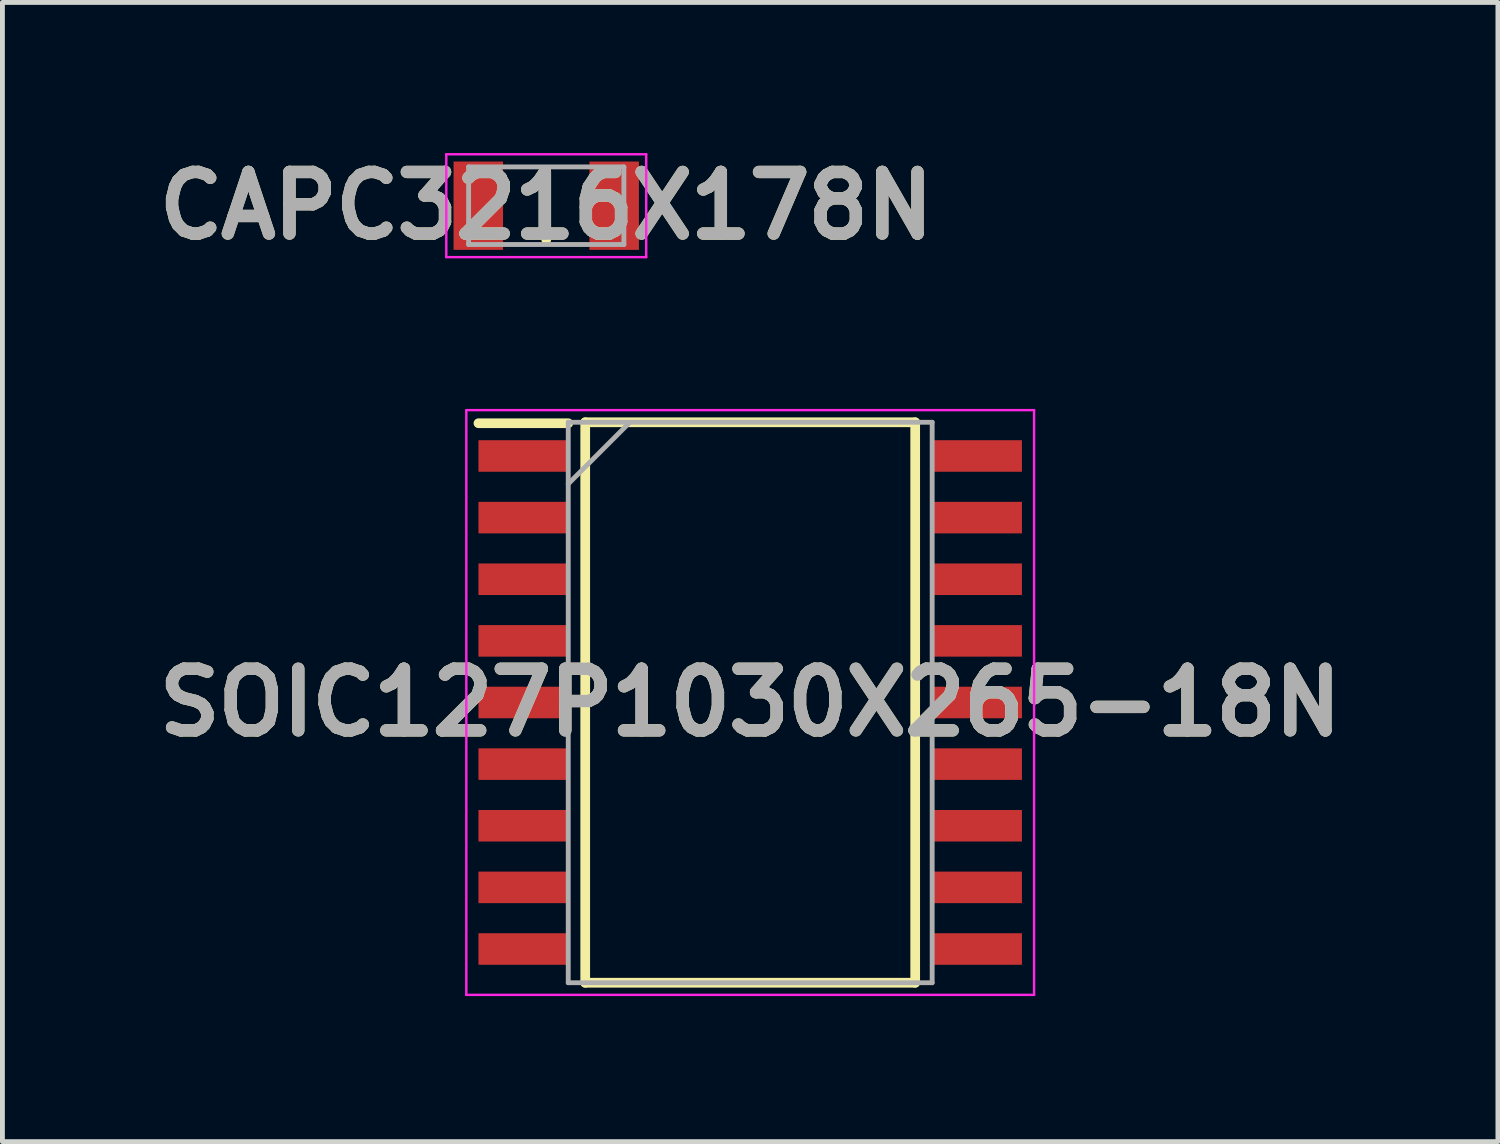
<source format=kicad_pcb>
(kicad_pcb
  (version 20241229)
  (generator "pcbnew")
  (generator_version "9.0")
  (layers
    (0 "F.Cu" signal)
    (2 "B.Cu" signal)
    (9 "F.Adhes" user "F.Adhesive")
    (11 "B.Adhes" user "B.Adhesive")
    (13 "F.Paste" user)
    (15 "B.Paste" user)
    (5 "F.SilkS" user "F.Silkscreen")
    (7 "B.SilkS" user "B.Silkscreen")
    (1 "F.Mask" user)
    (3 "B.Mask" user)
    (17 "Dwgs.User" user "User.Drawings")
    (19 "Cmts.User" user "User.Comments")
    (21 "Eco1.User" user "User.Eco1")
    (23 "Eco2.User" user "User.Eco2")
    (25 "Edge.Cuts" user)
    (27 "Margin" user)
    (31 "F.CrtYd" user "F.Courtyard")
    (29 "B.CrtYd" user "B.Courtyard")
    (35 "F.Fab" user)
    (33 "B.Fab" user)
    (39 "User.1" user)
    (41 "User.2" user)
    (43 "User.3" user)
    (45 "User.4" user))
  (footprint "CAPC3216X178N"
    (layer "F.Cu")
    (at 8.207 1.189)
    (property "Reference" "CAPC3216X178N" (at 0 0 0) (layer "F.SilkS") (effects (font (size 1.27 1.27) (thickness 0.254))))
    (attr smd)
    (fp_line (start 0 -0.7) (end 0 0.7) (stroke (width 0.2) (type solid)) (layer "F.SilkS"))
    (fp_line (start -2.06 -1.06) (end 2.06 -1.06) (stroke (width 0.05) (type solid)) (layer "F.CrtYd"))
    (fp_line (start -2.06 1.06) (end -2.06 -1.06) (stroke (width 0.05) (type solid)) (layer "F.CrtYd"))
    (fp_line (start 2.06 -1.06) (end 2.06 1.06) (stroke (width 0.05) (type solid)) (layer "F.CrtYd"))
    (fp_line (start 2.06 1.06) (end -2.06 1.06) (stroke (width 0.05) (type solid)) (layer "F.CrtYd"))
    (fp_line (start -1.6 -0.8) (end 1.6 -0.8) (stroke (width 0.1) (type solid)) (layer "F.Fab"))
    (fp_line (start -1.6 0.8) (end -1.6 -0.8) (stroke (width 0.1) (type solid)) (layer "F.Fab"))
    (fp_line (start 1.6 -0.8) (end 1.6 0.8) (stroke (width 0.1) (type solid)) (layer "F.Fab"))
    (fp_line (start 1.6 0.8) (end -1.6 0.8) (stroke (width 0.1) (type solid)) (layer "F.Fab"))
    (fp_text user "${REFERENCE}" (at 0 0 0) (layer "F.Fab") (effects (font (size 1.27 1.27) (thickness 0.254))))
    (pad "1" smd rect (at -1.4 0) (size 1.02 1.82) (layers "F.Cu" "F.Mask" "F.Paste"))
    (pad "2" smd rect (at 1.4 0) (size 1.02 1.82) (layers "F.Cu" "F.Mask" "F.Paste")))
  (footprint "SOIC127P1030X265-18N"
    (layer "F.Cu")
    (at 12.41 11.427)
    (property "Reference" "SOIC127P1030X265-18N" (at 0 0 0) (layer "F.SilkS") (effects (font (size 1.27 1.27) (thickness 0.254))))
    (attr smd)
    (fp_line (start -5.6 -5.755) (end -3.75 -5.755) (stroke (width 0.2) (type solid)) (layer "F.SilkS"))
    (fp_line (start -3.4 -5.775) (end 3.4 -5.775) (stroke (width 0.2) (type solid)) (layer "F.SilkS"))
    (fp_line (start -3.4 5.775) (end -3.4 -5.775) (stroke (width 0.2) (type solid)) (layer "F.SilkS"))
    (fp_line (start 3.4 -5.775) (end 3.4 5.775) (stroke (width 0.2) (type solid)) (layer "F.SilkS"))
    (fp_line (start 3.4 5.775) (end -3.4 5.775) (stroke (width 0.2) (type solid)) (layer "F.SilkS"))
    (fp_line (start -5.85 -6.025) (end 5.85 -6.025) (stroke (width 0.05) (type solid)) (layer "F.CrtYd"))
    (fp_line (start -5.85 6.025) (end -5.85 -6.025) (stroke (width 0.05) (type solid)) (layer "F.CrtYd"))
    (fp_line (start 5.85 -6.025) (end 5.85 6.025) (stroke (width 0.05) (type solid)) (layer "F.CrtYd"))
    (fp_line (start 5.85 6.025) (end -5.85 6.025) (stroke (width 0.05) (type solid)) (layer "F.CrtYd"))
    (fp_line (start -3.75 -5.775) (end 3.75 -5.775) (stroke (width 0.1) (type solid)) (layer "F.Fab"))
    (fp_line (start -3.75 -4.505) (end -2.48 -5.775) (stroke (width 0.1) (type solid)) (layer "F.Fab"))
    (fp_line (start -3.75 5.775) (end -3.75 -5.775) (stroke (width 0.1) (type solid)) (layer "F.Fab"))
    (fp_line (start 3.75 -5.775) (end 3.75 5.775) (stroke (width 0.1) (type solid)) (layer "F.Fab"))
    (fp_line (start 3.75 5.775) (end -3.75 5.775) (stroke (width 0.1) (type solid)) (layer "F.Fab"))
    (fp_text user "${REFERENCE}" (at 0 0 0) (layer "F.Fab") (effects (font (size 1.27 1.27) (thickness 0.254))))
    (pad "1" smd rect (at -4.675 -5.08 90) (size 0.65 1.85) (layers "F.Cu" "F.Mask" "F.Paste"))
    (pad "2" smd rect (at -4.675 -3.81 90) (size 0.65 1.85) (layers "F.Cu" "F.Mask" "F.Paste"))
    (pad "3" smd rect (at -4.675 -2.54 90) (size 0.65 1.85) (layers "F.Cu" "F.Mask" "F.Paste"))
    (pad "4" smd rect (at -4.675 -1.27 90) (size 0.65 1.85) (layers "F.Cu" "F.Mask" "F.Paste"))
    (pad "5" smd rect (at -4.675 0 90) (size 0.65 1.85) (layers "F.Cu" "F.Mask" "F.Paste"))
    (pad "6" smd rect (at -4.675 1.27 90) (size 0.65 1.85) (layers "F.Cu" "F.Mask" "F.Paste"))
    (pad "7" smd rect (at -4.675 2.54 90) (size 0.65 1.85) (layers "F.Cu" "F.Mask" "F.Paste"))
    (pad "8" smd rect (at -4.675 3.81 90) (size 0.65 1.85) (layers "F.Cu" "F.Mask" "F.Paste"))
    (pad "9" smd rect (at -4.675 5.08 90) (size 0.65 1.85) (layers "F.Cu" "F.Mask" "F.Paste"))
    (pad "10" smd rect (at 4.675 5.08 90) (size 0.65 1.85) (layers "F.Cu" "F.Mask" "F.Paste"))
    (pad "11" smd rect (at 4.675 3.81 90) (size 0.65 1.85) (layers "F.Cu" "F.Mask" "F.Paste"))
    (pad "12" smd rect (at 4.675 2.54 90) (size 0.65 1.85) (layers "F.Cu" "F.Mask" "F.Paste"))
    (pad "13" smd rect (at 4.675 1.27 90) (size 0.65 1.85) (layers "F.Cu" "F.Mask" "F.Paste"))
    (pad "14" smd rect (at 4.675 0 90) (size 0.65 1.85) (layers "F.Cu" "F.Mask" "F.Paste"))
    (pad "15" smd rect (at 4.675 -1.27 90) (size 0.65 1.85) (layers "F.Cu" "F.Mask" "F.Paste"))
    (pad "16" smd rect (at 4.675 -2.54 90) (size 0.65 1.85) (layers "F.Cu" "F.Mask" "F.Paste"))
    (pad "17" smd rect (at 4.675 -3.81 90) (size 0.65 1.85) (layers "F.Cu" "F.Mask" "F.Paste"))
    (pad "18" smd rect (at 4.675 -5.08 90) (size 0.65 1.85) (layers "F.Cu" "F.Mask" "F.Paste")))
  (gr_rect
    (start -3 -3)
    (end 27.819 20.477)
    (stroke (width 0.1) (type default))
    (fill no)
    (layer "Edge.Cuts")))
</source>
